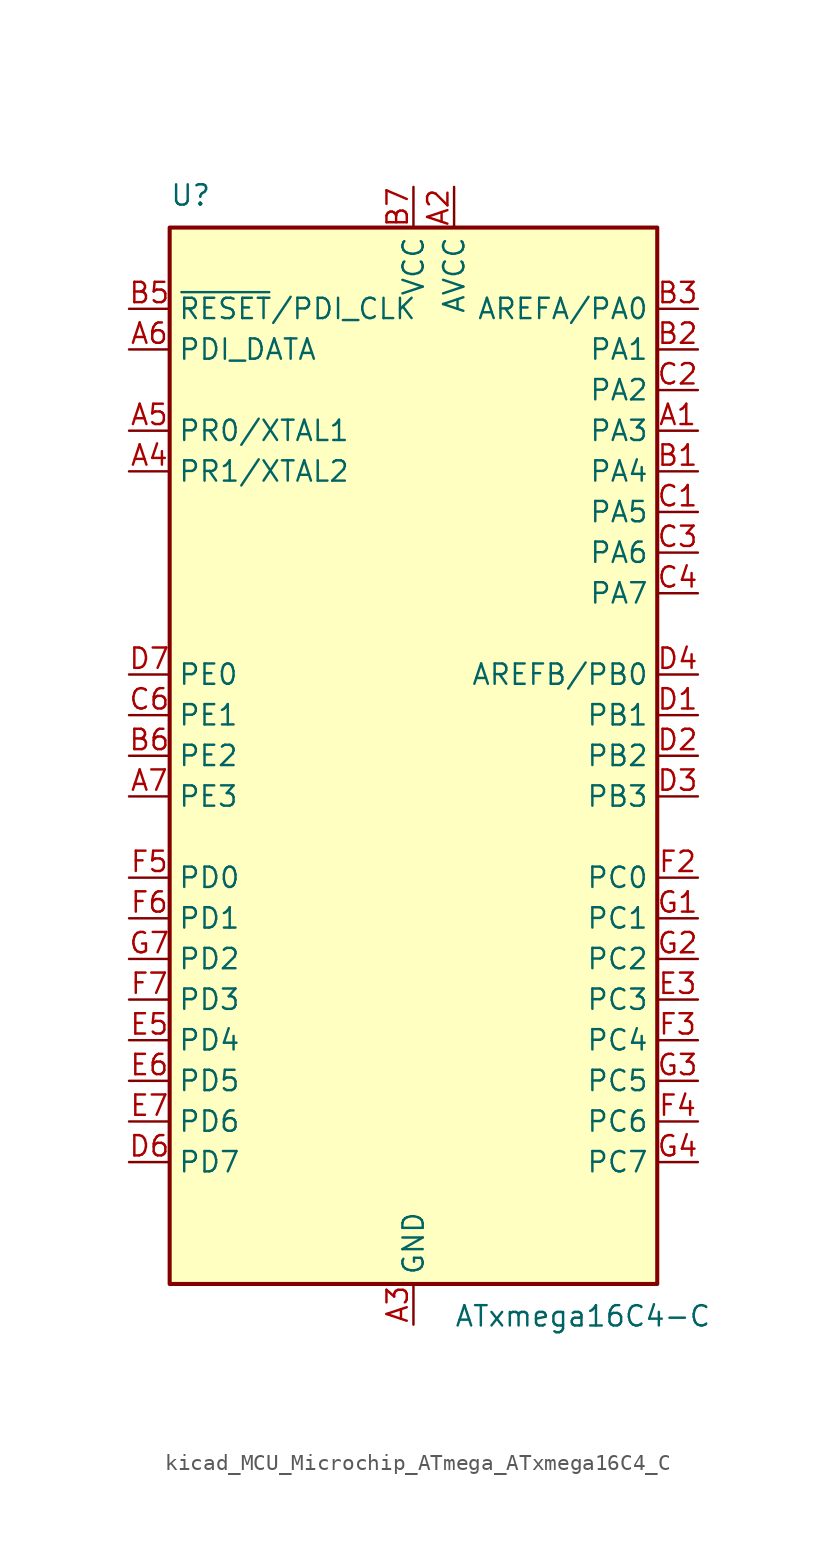
<source format=kicad_sym>
(kicad_symbol_lib
  (version 20220914)
  (generator kicad_symbol_editor)
  (symbol "kicad_MCU_Microchip_ATmega_ATxmega16C4_C"
    (property "Reference" "U"
      (at -15.24 34.29 0)
      (effects (font (size 1.27 1.27)) (justify left bottom)))
    (property "Value" "ATxmega16C4-C"
      (at 2.54 -34.29 0)
      (effects (font (size 1.27 1.27)) (justify left top)))
    (symbol "kicad_MCU_Microchip_ATmega_ATxmega16C4_C_0_1"
      (rectangle (start -15.24 -33.02) (end 15.24 33.02) (stroke (width 0.254) (type default)) (fill (type background))))
    (symbol "kicad_MCU_Microchip_ATmega_ATxmega16C4_C_1_1"
      (pin bidirectional line (at 17.78 20.32 180) (length 2.54) (name "PA3" (effects (font (size 1.27 1.27)))) (number "A1" (effects (font (size 1.27 1.27)))))
      (pin power_in line (at 2.54 35.56 270) (length 2.54) (name "AVCC" (effects (font (size 1.27 1.27)))) (number "A2" (effects (font (size 1.27 1.27)))))
      (pin power_in line (at 0 -35.56 90) (length 2.54) (name "GND" (effects (font (size 1.27 1.27)))) (number "A3" (effects (font (size 1.27 1.27)))))
      (pin bidirectional line (at -17.78 17.78 0) (length 2.54) (name "PR1/XTAL2" (effects (font (size 1.27 1.27)))) (number "A4" (effects (font (size 1.27 1.27)))))
      (pin bidirectional line (at -17.78 20.32 0) (length 2.54) (name "PR0/XTAL1" (effects (font (size 1.27 1.27)))) (number "A5" (effects (font (size 1.27 1.27)))))
      (pin bidirectional line (at -17.78 25.4 0) (length 2.54) (name "PDI_DATA" (effects (font (size 1.27 1.27)))) (number "A6" (effects (font (size 1.27 1.27)))))
      (pin bidirectional line (at -17.78 -2.54 0) (length 2.54) (name "PE3" (effects (font (size 1.27 1.27)))) (number "A7" (effects (font (size 1.27 1.27)))))
      (pin bidirectional line (at 17.78 17.78 180) (length 2.54) (name "PA4" (effects (font (size 1.27 1.27)))) (number "B1" (effects (font (size 1.27 1.27)))))
      (pin bidirectional line (at 17.78 25.4 180) (length 2.54) (name "PA1" (effects (font (size 1.27 1.27)))) (number "B2" (effects (font (size 1.27 1.27)))))
      (pin bidirectional line (at 17.78 27.94 180) (length 2.54) (name "AREFA/PA0" (effects (font (size 1.27 1.27)))) (number "B3" (effects (font (size 1.27 1.27)))))
      (pin passive line (at 0 -35.56 90) (length 2.54) hide (name "GND" (effects (font (size 1.27 1.27)))) (number "B4" (effects (font (size 1.27 1.27)))))
      (pin input line (at -17.78 27.94 0) (length 2.54) (name "~{RESET}/PDI_CLK" (effects (font (size 1.27 1.27)))) (number "B5" (effects (font (size 1.27 1.27)))))
      (pin bidirectional line (at -17.78 0 0) (length 2.54) (name "PE2" (effects (font (size 1.27 1.27)))) (number "B6" (effects (font (size 1.27 1.27)))))
      (pin power_in line (at 0 35.56 270) (length 2.54) (name "VCC" (effects (font (size 1.27 1.27)))) (number "B7" (effects (font (size 1.27 1.27)))))
      (pin bidirectional line (at 17.78 15.24 180) (length 2.54) (name "PA5" (effects (font (size 1.27 1.27)))) (number "C1" (effects (font (size 1.27 1.27)))))
      (pin bidirectional line (at 17.78 22.86 180) (length 2.54) (name "PA2" (effects (font (size 1.27 1.27)))) (number "C2" (effects (font (size 1.27 1.27)))))
      (pin bidirectional line (at 17.78 12.7 180) (length 2.54) (name "PA6" (effects (font (size 1.27 1.27)))) (number "C3" (effects (font (size 1.27 1.27)))))
      (pin bidirectional line (at 17.78 10.16 180) (length 2.54) (name "PA7" (effects (font (size 1.27 1.27)))) (number "C4" (effects (font (size 1.27 1.27)))))
      (pin passive line (at 0 -35.56 90) (length 2.54) hide (name "GND" (effects (font (size 1.27 1.27)))) (number "C5" (effects (font (size 1.27 1.27)))))
      (pin bidirectional line (at -17.78 2.54 0) (length 2.54) (name "PE1" (effects (font (size 1.27 1.27)))) (number "C6" (effects (font (size 1.27 1.27)))))
      (pin passive line (at 0 -35.56 90) (length 2.54) hide (name "GND" (effects (font (size 1.27 1.27)))) (number "C7" (effects (font (size 1.27 1.27)))))
      (pin bidirectional line (at 17.78 2.54 180) (length 2.54) (name "PB1" (effects (font (size 1.27 1.27)))) (number "D1" (effects (font (size 1.27 1.27)))))
      (pin bidirectional line (at 17.78 0 180) (length 2.54) (name "PB2" (effects (font (size 1.27 1.27)))) (number "D2" (effects (font (size 1.27 1.27)))))
      (pin bidirectional line (at 17.78 -2.54 180) (length 2.54) (name "PB3" (effects (font (size 1.27 1.27)))) (number "D3" (effects (font (size 1.27 1.27)))))
      (pin bidirectional line (at 17.78 5.08 180) (length 2.54) (name "AREFB/PB0" (effects (font (size 1.27 1.27)))) (number "D4" (effects (font (size 1.27 1.27)))))
      (pin passive line (at 0 -35.56 90) (length 2.54) hide (name "GND" (effects (font (size 1.27 1.27)))) (number "D5" (effects (font (size 1.27 1.27)))))
      (pin bidirectional line (at -17.78 -25.4 0) (length 2.54) (name "PD7" (effects (font (size 1.27 1.27)))) (number "D6" (effects (font (size 1.27 1.27)))))
      (pin bidirectional line (at -17.78 5.08 0) (length 2.54) (name "PE0" (effects (font (size 1.27 1.27)))) (number "D7" (effects (font (size 1.27 1.27)))))
      (pin passive line (at 0 -35.56 90) (length 2.54) hide (name "GND" (effects (font (size 1.27 1.27)))) (number "E1" (effects (font (size 1.27 1.27)))))
      (pin passive line (at 0 -35.56 90) (length 2.54) hide (name "GND" (effects (font (size 1.27 1.27)))) (number "E2" (effects (font (size 1.27 1.27)))))
      (pin bidirectional line (at 17.78 -15.24 180) (length 2.54) (name "PC3" (effects (font (size 1.27 1.27)))) (number "E3" (effects (font (size 1.27 1.27)))))
      (pin passive line (at 0 -35.56 90) (length 2.54) hide (name "GND" (effects (font (size 1.27 1.27)))) (number "E4" (effects (font (size 1.27 1.27)))))
      (pin bidirectional line (at -17.78 -17.78 0) (length 2.54) (name "PD4" (effects (font (size 1.27 1.27)))) (number "E5" (effects (font (size 1.27 1.27)))))
      (pin bidirectional line (at -17.78 -20.32 0) (length 2.54) (name "PD5" (effects (font (size 1.27 1.27)))) (number "E6" (effects (font (size 1.27 1.27)))))
      (pin bidirectional line (at -17.78 -22.86 0) (length 2.54) (name "PD6" (effects (font (size 1.27 1.27)))) (number "E7" (effects (font (size 1.27 1.27)))))
      (pin passive line (at 0 35.56 270) (length 2.54) hide (name "VCC" (effects (font (size 1.27 1.27)))) (number "F1" (effects (font (size 1.27 1.27)))))
      (pin bidirectional line (at 17.78 -7.62 180) (length 2.54) (name "PC0" (effects (font (size 1.27 1.27)))) (number "F2" (effects (font (size 1.27 1.27)))))
      (pin bidirectional line (at 17.78 -17.78 180) (length 2.54) (name "PC4" (effects (font (size 1.27 1.27)))) (number "F3" (effects (font (size 1.27 1.27)))))
      (pin bidirectional line (at 17.78 -22.86 180) (length 2.54) (name "PC6" (effects (font (size 1.27 1.27)))) (number "F4" (effects (font (size 1.27 1.27)))))
      (pin bidirectional line (at -17.78 -7.62 0) (length 2.54) (name "PD0" (effects (font (size 1.27 1.27)))) (number "F5" (effects (font (size 1.27 1.27)))))
      (pin bidirectional line (at -17.78 -10.16 0) (length 2.54) (name "PD1" (effects (font (size 1.27 1.27)))) (number "F6" (effects (font (size 1.27 1.27)))))
      (pin bidirectional line (at -17.78 -15.24 0) (length 2.54) (name "PD3" (effects (font (size 1.27 1.27)))) (number "F7" (effects (font (size 1.27 1.27)))))
      (pin bidirectional line (at 17.78 -10.16 180) (length 2.54) (name "PC1" (effects (font (size 1.27 1.27)))) (number "G1" (effects (font (size 1.27 1.27)))))
      (pin bidirectional line (at 17.78 -12.7 180) (length 2.54) (name "PC2" (effects (font (size 1.27 1.27)))) (number "G2" (effects (font (size 1.27 1.27)))))
      (pin bidirectional line (at 17.78 -20.32 180) (length 2.54) (name "PC5" (effects (font (size 1.27 1.27)))) (number "G3" (effects (font (size 1.27 1.27)))))
      (pin bidirectional line (at 17.78 -25.4 180) (length 2.54) (name "PC7" (effects (font (size 1.27 1.27)))) (number "G4" (effects (font (size 1.27 1.27)))))
      (pin passive line (at 0 -35.56 90) (length 2.54) hide (name "GND" (effects (font (size 1.27 1.27)))) (number "G5" (effects (font (size 1.27 1.27)))))
      (pin passive line (at 0 35.56 270) (length 2.54) hide (name "VCC" (effects (font (size 1.27 1.27)))) (number "G6" (effects (font (size 1.27 1.27)))))
      (pin bidirectional line (at -17.78 -12.7 0) (length 2.54) (name "PD2" (effects (font (size 1.27 1.27)))) (number "G7" (effects (font (size 1.27 1.27))))))))
</source>
